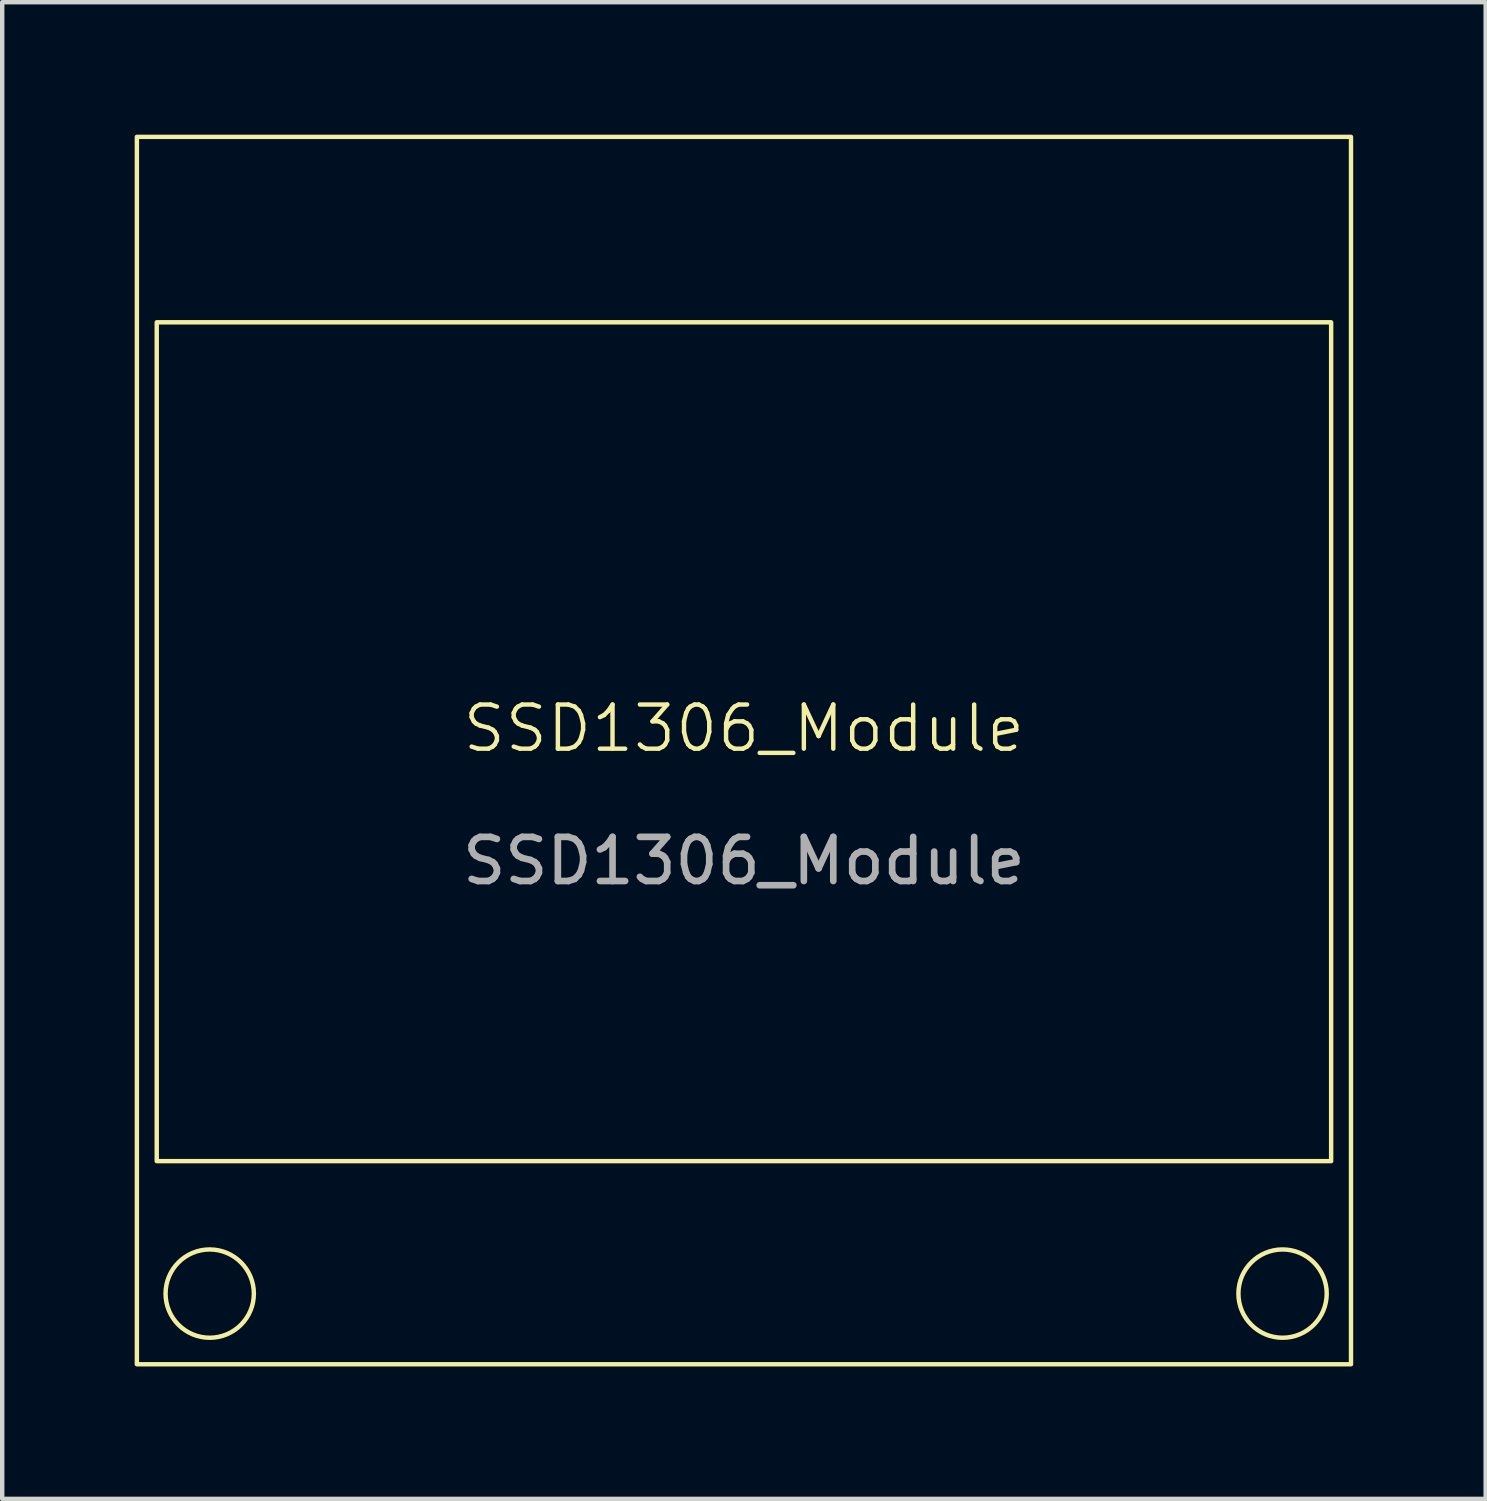
<source format=kicad_pcb>
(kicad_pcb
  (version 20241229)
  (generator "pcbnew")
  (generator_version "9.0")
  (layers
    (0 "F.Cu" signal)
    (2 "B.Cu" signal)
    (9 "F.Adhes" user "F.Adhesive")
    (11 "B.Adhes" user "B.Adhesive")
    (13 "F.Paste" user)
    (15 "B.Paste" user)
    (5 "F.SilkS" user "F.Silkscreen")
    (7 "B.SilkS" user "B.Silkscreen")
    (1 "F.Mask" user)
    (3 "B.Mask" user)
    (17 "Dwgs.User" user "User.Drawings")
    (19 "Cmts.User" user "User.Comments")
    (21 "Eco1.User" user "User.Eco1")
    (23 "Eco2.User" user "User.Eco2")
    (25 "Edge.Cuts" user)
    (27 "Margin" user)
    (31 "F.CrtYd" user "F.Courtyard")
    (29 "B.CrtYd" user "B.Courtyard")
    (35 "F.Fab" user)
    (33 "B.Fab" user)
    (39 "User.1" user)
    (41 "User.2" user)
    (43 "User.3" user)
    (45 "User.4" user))
  (footprint "SSD1306_Module"
    (layer "F.Cu")
    (at 13.8 13.95)
    (property "Reference" "SSD1306_Module" (at 0 -0.5 0) (unlocked yes) (layer "F.SilkS") (effects (font (size 1 1) (thickness 0.1))))
    (attr smd)
    (fp_rect (start -13.75 -13.9) (end 13.75 13.9) (stroke (width 0.1) (type solid)) (fill no) (layer "F.SilkS"))
    (fp_rect (start -13.3 -9.7) (end 13.3 9.3) (stroke (width 0.1) (type solid)) (fill no) (layer "F.SilkS"))
    (fp_circle (center -12.1 12.3) (end -11.1 12.3) (stroke (width 0.1) (type solid)) (fill no) (layer "F.SilkS"))
    (fp_circle (center 12.2 12.3) (end 13.2 12.3) (stroke (width 0.1) (type solid)) (fill no) (layer "F.SilkS"))
    (fp_text user "${REFERENCE}" (at 0 2.5 0) (unlocked yes) (layer "F.Fab") (effects (font (size 1 1) (thickness 0.15)))))
  (gr_rect
    (start -3 -3)
    (end 30.6 30.9)
    (stroke (width 0.1) (type default))
    (fill no)
    (layer "Edge.Cuts")))
</source>
